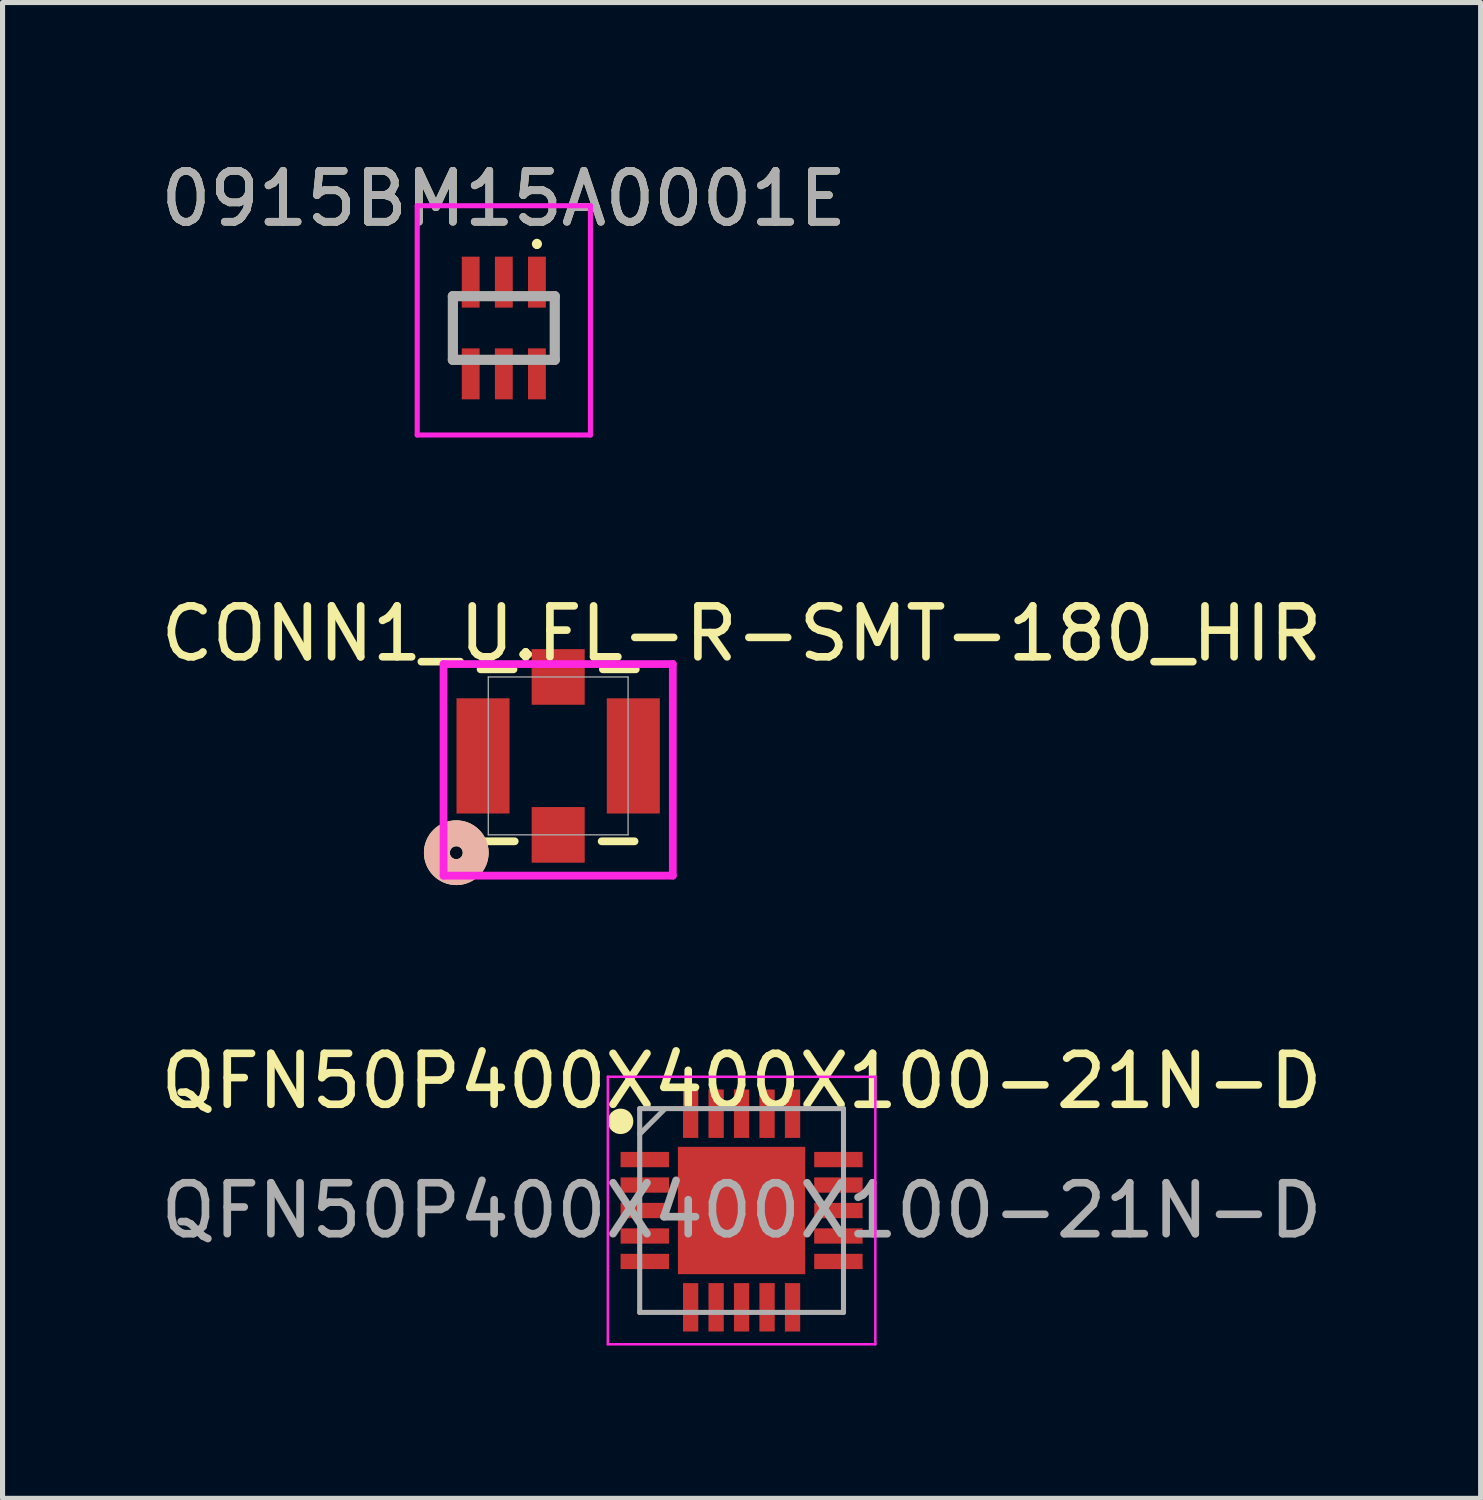
<source format=kicad_pcb>
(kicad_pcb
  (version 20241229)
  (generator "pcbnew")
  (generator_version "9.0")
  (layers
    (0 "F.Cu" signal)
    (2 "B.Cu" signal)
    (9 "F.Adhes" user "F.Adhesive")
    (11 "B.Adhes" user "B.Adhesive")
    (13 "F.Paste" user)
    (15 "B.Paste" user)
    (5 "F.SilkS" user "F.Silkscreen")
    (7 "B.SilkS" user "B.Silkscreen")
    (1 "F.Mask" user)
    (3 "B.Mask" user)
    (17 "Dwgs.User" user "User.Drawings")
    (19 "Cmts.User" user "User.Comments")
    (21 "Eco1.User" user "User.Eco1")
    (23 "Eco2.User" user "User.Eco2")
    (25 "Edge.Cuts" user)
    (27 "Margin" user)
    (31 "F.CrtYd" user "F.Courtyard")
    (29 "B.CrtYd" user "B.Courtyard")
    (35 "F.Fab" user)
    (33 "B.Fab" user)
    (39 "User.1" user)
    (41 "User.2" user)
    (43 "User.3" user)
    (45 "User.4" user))
  (footprint "QFN50P400X400X100-21N-D"
    (layer "F.Cu")
    (at 11.506 20.71)
    (property "Reference" "QFN50P400X400X100-21N-D" (at 0 -2.54 0) (layer "F.SilkS") (effects (font (size 1 1) (thickness 0.15))))
    (attr smd)
    (fp_circle (center -2.375 -1.75) (end -2.375 -1.625) (stroke (width 0.25) (type solid)) (fill no) (layer "F.SilkS"))
    (fp_line (start -2.625 -2.625) (end 2.625 -2.625) (stroke (width 0.05) (type solid)) (layer "F.CrtYd"))
    (fp_line (start -2.625 2.625) (end -2.625 -2.625) (stroke (width 0.05) (type solid)) (layer "F.CrtYd"))
    (fp_line (start 2.625 -2.625) (end 2.625 2.625) (stroke (width 0.05) (type solid)) (layer "F.CrtYd"))
    (fp_line (start 2.625 2.625) (end -2.625 2.625) (stroke (width 0.05) (type solid)) (layer "F.CrtYd"))
    (fp_line (start -2 -2) (end 2 -2) (stroke (width 0.1) (type solid)) (layer "F.Fab"))
    (fp_line (start -2 -1.5) (end -1.5 -2) (stroke (width 0.1) (type solid)) (layer "F.Fab"))
    (fp_line (start -2 2) (end -2 -2) (stroke (width 0.1) (type solid)) (layer "F.Fab"))
    (fp_line (start 2 -2) (end 2 2) (stroke (width 0.1) (type solid)) (layer "F.Fab"))
    (fp_line (start 2 2) (end -2 2) (stroke (width 0.1) (type solid)) (layer "F.Fab"))
    (fp_text user "${REFERENCE}" (at 0 0 0) (layer "F.Fab") (effects (font (size 1 1) (thickness 0.15))))
    (pad "1" smd rect (at -1.9 -1 90) (size 0.3 0.95) (layers "F.Cu" "F.Mask" "F.Paste"))
    (pad "2" smd rect (at -1.9 -0.5 90) (size 0.3 0.95) (layers "F.Cu" "F.Mask" "F.Paste"))
    (pad "3" smd rect (at -1.9 0 90) (size 0.3 0.95) (layers "F.Cu" "F.Mask" "F.Paste"))
    (pad "4" smd rect (at -1.9 0.5 90) (size 0.3 0.95) (layers "F.Cu" "F.Mask" "F.Paste"))
    (pad "5" smd rect (at -1.9 1 90) (size 0.3 0.95) (layers "F.Cu" "F.Mask" "F.Paste"))
    (pad "6" smd rect (at -1 1.9) (size 0.3 0.95) (layers "F.Cu" "F.Mask" "F.Paste"))
    (pad "7" smd rect (at -0.5 1.9) (size 0.3 0.95) (layers "F.Cu" "F.Mask" "F.Paste"))
    (pad "8" smd rect (at 0 1.9) (size 0.3 0.95) (layers "F.Cu" "F.Mask" "F.Paste"))
    (pad "9" smd rect (at 0.5 1.9) (size 0.3 0.95) (layers "F.Cu" "F.Mask" "F.Paste"))
    (pad "10" smd rect (at 1 1.9) (size 0.3 0.95) (layers "F.Cu" "F.Mask" "F.Paste"))
    (pad "11" smd rect (at 1.9 1 90) (size 0.3 0.95) (layers "F.Cu" "F.Mask" "F.Paste"))
    (pad "12" smd rect (at 1.9 0.5 90) (size 0.3 0.95) (layers "F.Cu" "F.Mask" "F.Paste"))
    (pad "13" smd rect (at 1.9 0 90) (size 0.3 0.95) (layers "F.Cu" "F.Mask" "F.Paste"))
    (pad "14" smd rect (at 1.9 -0.5 90) (size 0.3 0.95) (layers "F.Cu" "F.Mask" "F.Paste"))
    (pad "15" smd rect (at 1.9 -1 90) (size 0.3 0.95) (layers "F.Cu" "F.Mask" "F.Paste"))
    (pad "16" smd rect (at 1 -1.9) (size 0.3 0.95) (layers "F.Cu" "F.Mask" "F.Paste"))
    (pad "17" smd rect (at 0.5 -1.9) (size 0.3 0.95) (layers "F.Cu" "F.Mask" "F.Paste"))
    (pad "18" smd rect (at 0 -1.9) (size 0.3 0.95) (layers "F.Cu" "F.Mask" "F.Paste"))
    (pad "19" smd rect (at -0.5 -1.9) (size 0.3 0.95) (layers "F.Cu" "F.Mask" "F.Paste"))
    (pad "20" smd rect (at -1 -1.9) (size 0.3 0.95) (layers "F.Cu" "F.Mask" "F.Paste"))
    (pad "21" smd rect (at 0 0) (size 2.5 2.5) (layers "F.Cu" "F.Mask" "F.Paste")))
  (footprint "CONN1_U.FL-R-SMT-180_HIR"
    (layer "F.Cu")
    (at 7.906 11.787)
    (property "Reference" "CONN1_U.FL-R-SMT-180_HIR" (at 3.6 -2.4 0) (unlocked yes) (layer "F.SilkS") (effects (font (size 1 1) (thickness 0.15))))
    (attr smd)
    (fp_line (start -1.523 -1.7) (end -0.877 -1.7) (stroke (width 0.152) (type solid)) (layer "F.SilkS"))
    (fp_line (start -1.499 1.676) (end -0.853 1.676) (stroke (width 0.152) (type solid)) (layer "F.SilkS"))
    (fp_line (start 0.853 1.676) (end 1.499 1.676) (stroke (width 0.152) (type solid)) (layer "F.SilkS"))
    (fp_line (start 0.877 -1.7) (end 1.523 -1.7) (stroke (width 0.152) (type solid)) (layer "F.SilkS"))
    (fp_circle (center -2 1.9) (end -1.619 1.9) (stroke (width 0.508) (type solid)) (fill no) (layer "F.SilkS"))
    (fp_circle (center -2 1.9) (end -1.619 1.9) (stroke (width 0.508) (type solid)) (fill no) (layer "B.SilkS"))
    (fp_line (start -2.25 -1.803) (end -2.25 2.35) (stroke (width 0.152) (type solid)) (layer "F.CrtYd"))
    (fp_line (start -2.25 2.35) (end 2.25 2.35) (stroke (width 0.152) (type solid)) (layer "F.CrtYd"))
    (fp_line (start 2.25 -1.803) (end -2.25 -1.803) (stroke (width 0.152) (type solid)) (layer "F.CrtYd"))
    (fp_line (start 2.25 2.35) (end 2.25 -1.803) (stroke (width 0.152) (type solid)) (layer "F.CrtYd"))
    (fp_line (start -1.372 -1.549) (end -1.372 1.549) (stroke (width 0.025) (type solid)) (layer "F.Fab"))
    (fp_line (start -1.372 1.549) (end 1.372 1.549) (stroke (width 0.025) (type solid)) (layer "F.Fab"))
    (fp_line (start 1.372 -1.549) (end -1.372 -1.549) (stroke (width 0.025) (type solid)) (layer "F.Fab"))
    (fp_line (start 1.372 1.549) (end 1.372 -1.549) (stroke (width 0.025) (type solid)) (layer "F.Fab"))
    (pad "1" smd rect (at 0 1.55) (size 1.041 1.092) (layers "F.Cu" "F.Mask" "F.Paste"))
    (pad "2" smd rect (at 0 -1.55) (size 1.041 1.092) (layers "F.Cu" "F.Mask" "F.Paste"))
    (pad "3" smd rect (at -1.475 0) (size 1.041 2.261) (layers "F.Cu" "F.Mask" "F.Paste"))
    (pad "3" smd rect (at 1.475 0) (size 1.041 2.261) (layers "F.Cu" "F.Mask" "F.Paste")))
  (footprint "0915BM15A0001E"
    (layer "F.Cu")
    (at 6.839 3.388)
    (property "Reference" "0915BM15A0001E" (at 0 -2.54 0) (layer "F.SilkS") (effects (font (size 1 1) (thickness 0.15))))
    (attr smd)
    (fp_line (start -1 -0.625) (end -1 0.625) (stroke (width 0.1) (type solid)) (layer "F.SilkS"))
    (fp_line (start 0.65 -1.7) (end 0.65 -1.7) (stroke (width 0.1) (type solid)) (layer "F.SilkS"))
    (fp_line (start 0.65 -1.6) (end 0.65 -1.6) (stroke (width 0.1) (type solid)) (layer "F.SilkS"))
    (fp_line (start 1 -0.625) (end 1 0.625) (stroke (width 0.1) (type solid)) (layer "F.SilkS"))
    (fp_arc (start 0.65 -1.7) (mid 0.7 -1.65) (end 0.65 -1.6) (stroke (width 0.1) (type solid)) (layer "F.SilkS"))
    (fp_arc (start 0.65 -1.6) (mid 0.6 -1.65) (end 0.65 -1.7) (stroke (width 0.1) (type solid)) (layer "F.SilkS"))
    (fp_line (start -1.7 -2.4) (end 1.7 -2.4) (stroke (width 0.1) (type solid)) (layer "F.CrtYd"))
    (fp_line (start -1.7 2.1) (end -1.7 -2.4) (stroke (width 0.1) (type solid)) (layer "F.CrtYd"))
    (fp_line (start 1.7 -2.4) (end 1.7 2.1) (stroke (width 0.1) (type solid)) (layer "F.CrtYd"))
    (fp_line (start 1.7 2.1) (end -1.7 2.1) (stroke (width 0.1) (type solid)) (layer "F.CrtYd"))
    (fp_line (start -1 -0.625) (end 1 -0.625) (stroke (width 0.2) (type solid)) (layer "F.Fab"))
    (fp_line (start -1 0.625) (end -1 -0.625) (stroke (width 0.2) (type solid)) (layer "F.Fab"))
    (fp_line (start 1 -0.625) (end 1 0.625) (stroke (width 0.2) (type solid)) (layer "F.Fab"))
    (fp_line (start 1 0.625) (end -1 0.625) (stroke (width 0.2) (type solid)) (layer "F.Fab"))
    (fp_text user "${REFERENCE}" (at 0 -2.54 0) (layer "F.Fab") (effects (font (size 1 1) (thickness 0.15))))
    (pad "1" smd rect (at 0.65 -0.9) (size 0.35 1) (layers "F.Cu" "F.Mask" "F.Paste"))
    (pad "2" smd rect (at 0 -0.9) (size 0.35 1) (layers "F.Cu" "F.Mask" "F.Paste"))
    (pad "3" smd rect (at -0.65 -0.9) (size 0.35 1) (layers "F.Cu" "F.Mask" "F.Paste"))
    (pad "4" smd rect (at -0.65 0.9) (size 0.35 1) (layers "F.Cu" "F.Mask" "F.Paste"))
    (pad "5" smd rect (at 0 0.9) (size 0.35 1) (layers "F.Cu" "F.Mask" "F.Paste"))
    (pad "6" smd rect (at 0.65 0.9) (size 0.35 1) (layers "F.Cu" "F.Mask" "F.Paste")))
  (gr_rect
    (start -3 -3)
    (end 26.012 26.36)
    (stroke (width 0.1) (type default))
    (fill no)
    (layer "Edge.Cuts")))
</source>
